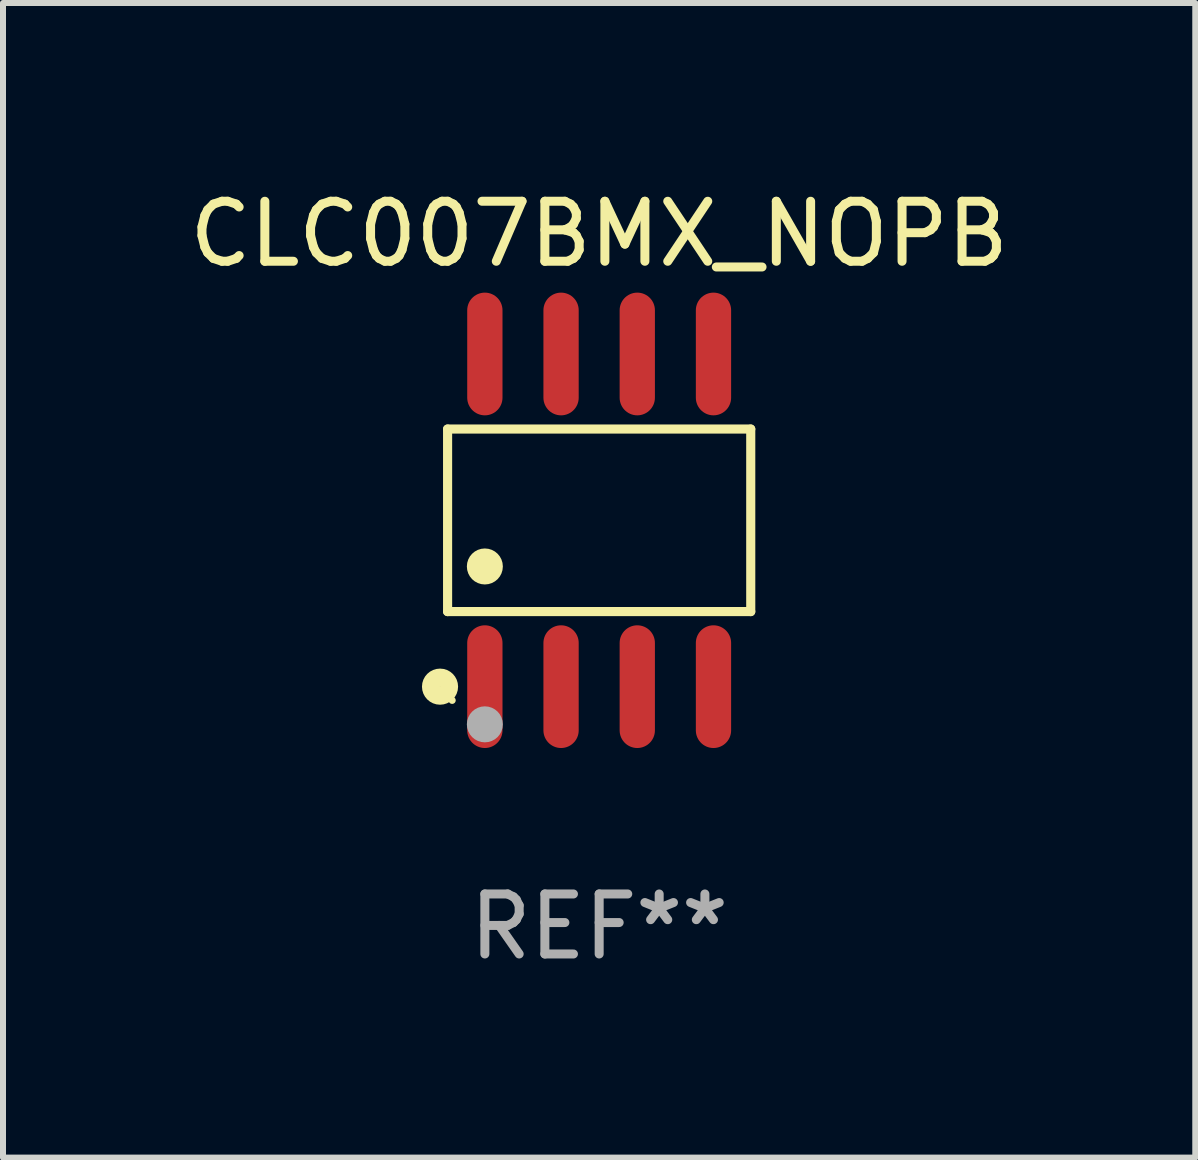
<source format=kicad_pcb>
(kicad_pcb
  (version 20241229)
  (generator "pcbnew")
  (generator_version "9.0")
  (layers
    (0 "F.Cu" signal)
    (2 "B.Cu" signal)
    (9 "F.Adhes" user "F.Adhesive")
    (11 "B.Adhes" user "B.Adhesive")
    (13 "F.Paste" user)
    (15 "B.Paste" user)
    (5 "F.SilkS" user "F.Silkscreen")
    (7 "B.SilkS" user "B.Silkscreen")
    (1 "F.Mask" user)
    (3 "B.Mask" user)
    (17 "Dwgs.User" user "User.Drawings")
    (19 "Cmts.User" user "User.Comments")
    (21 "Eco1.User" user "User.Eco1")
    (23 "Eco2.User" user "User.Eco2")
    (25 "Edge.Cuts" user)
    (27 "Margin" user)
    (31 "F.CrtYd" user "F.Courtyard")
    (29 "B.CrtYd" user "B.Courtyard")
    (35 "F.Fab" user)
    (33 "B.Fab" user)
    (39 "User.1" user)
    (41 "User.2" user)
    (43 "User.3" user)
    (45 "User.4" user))
  (footprint "CLC007BMX_NOPB"
    (layer "F.Cu")
    (at 6.935 5.621)
    (property "Reference" "CLC007BMX_NOPB" (at 0 -4.772 0) (layer "F.SilkS") (effects (font (size 1 1) (thickness 0.15))))
    (attr through_hole)
    (fp_line (start -2.526 -1.521) (end 2.526 -1.521) (stroke (width 0.152) (type solid)) (layer "F.SilkS"))
    (fp_line (start -2.526 1.521) (end -2.526 -1.521) (stroke (width 0.152) (type solid)) (layer "F.SilkS"))
    (fp_line (start 2.526 -1.521) (end 2.526 1.521) (stroke (width 0.152) (type solid)) (layer "F.SilkS"))
    (fp_line (start 2.526 1.521) (end -2.526 1.521) (stroke (width 0.152) (type solid)) (layer "F.SilkS"))
    (fp_circle (center -2.652 2.772) (end -2.501 2.772) (stroke (width 0.3) (type solid)) (fill no) (layer "F.SilkS"))
    (fp_circle (center -2.45 3) (end -2.42 3) (stroke (width 0.06) (type solid)) (fill no) (layer "F.SilkS"))
    (fp_circle (center -1.905 0.769) (end -1.755 0.769) (stroke (width 0.3) (type solid)) (fill no) (layer "F.SilkS"))
    (fp_circle (center -1.905 3.4) (end -1.755 3.4) (stroke (width 0.3) (type solid)) (fill no) (layer "F.Fab"))
    (fp_text user "REF**" (at 0 6.772 0) (layer "F.Fab") (effects (font (size 1 1) (thickness 0.15))))
    (pad "1" smd oval (at -1.905 2.772) (size 0.588 2.045) (layers "F.Cu" "F.Mask" "F.Paste"))
    (pad "2" smd oval (at -0.635 2.772) (size 0.588 2.045) (layers "F.Cu" "F.Mask" "F.Paste"))
    (pad "3" smd oval (at 0.635 2.772) (size 0.588 2.045) (layers "F.Cu" "F.Mask" "F.Paste"))
    (pad "4" smd oval (at 1.905 2.772) (size 0.588 2.045) (layers "F.Cu" "F.Mask" "F.Paste"))
    (pad "5" smd oval (at 1.905 -2.772) (size 0.588 2.045) (layers "F.Cu" "F.Mask" "F.Paste"))
    (pad "6" smd oval (at 0.635 -2.772) (size 0.588 2.045) (layers "F.Cu" "F.Mask" "F.Paste"))
    (pad "7" smd oval (at -0.635 -2.772) (size 0.588 2.045) (layers "F.Cu" "F.Mask" "F.Paste"))
    (pad "8" smd oval (at -1.905 -2.772) (size 0.588 2.045) (layers "F.Cu" "F.Mask" "F.Paste")))
  (gr_rect
    (start -3 -3)
    (end 16.869 16.241)
    (stroke (width 0.1) (type default))
    (fill no)
    (layer "Edge.Cuts")))
</source>
